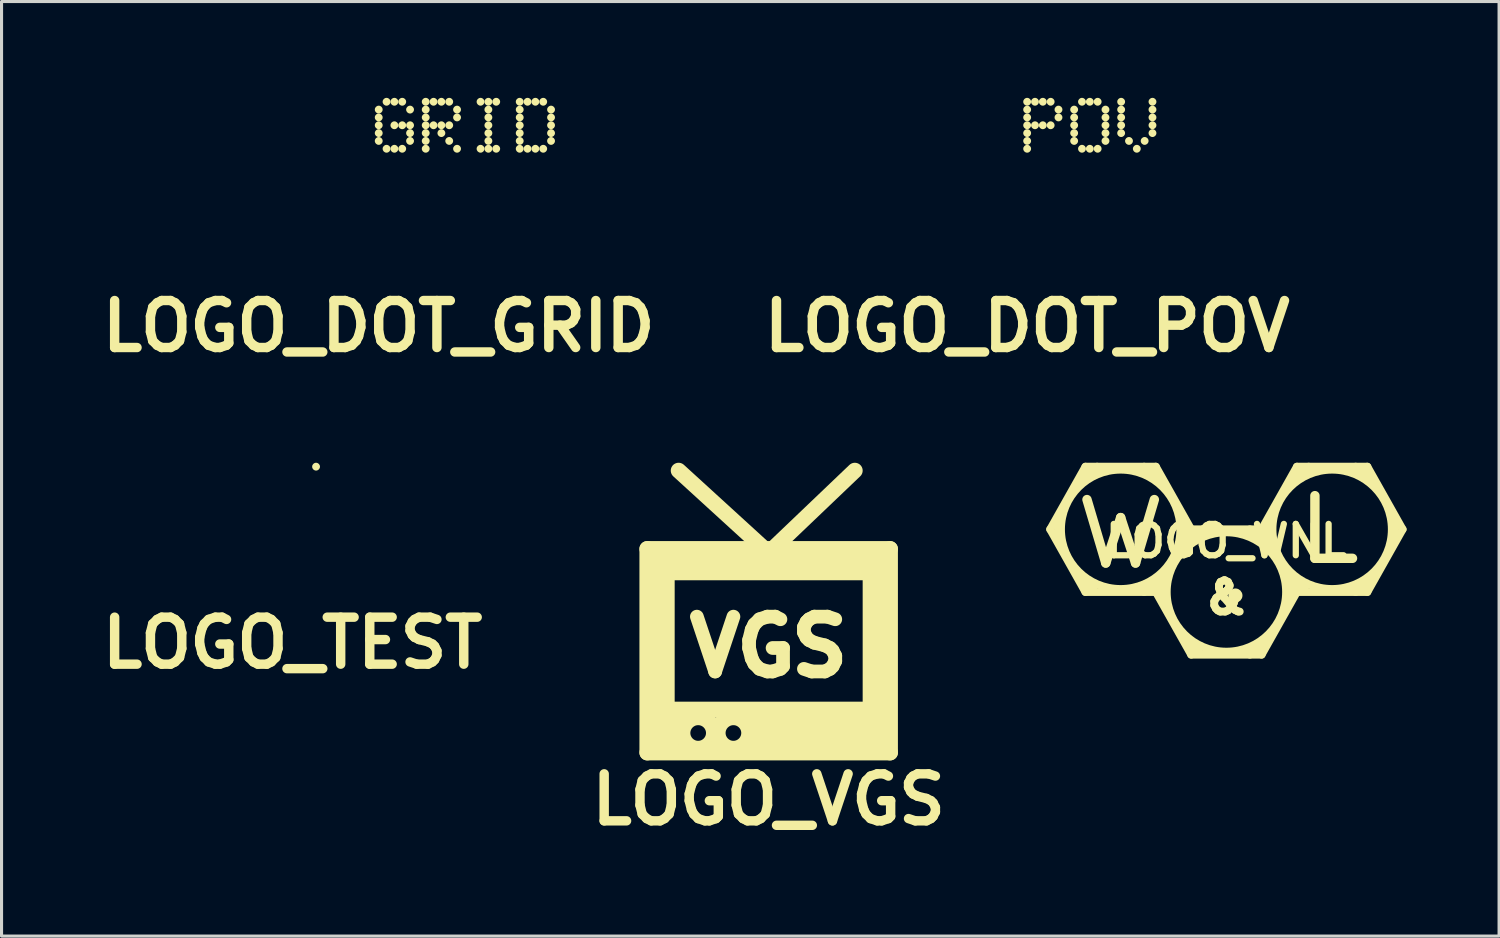
<source format=kicad_pcb>
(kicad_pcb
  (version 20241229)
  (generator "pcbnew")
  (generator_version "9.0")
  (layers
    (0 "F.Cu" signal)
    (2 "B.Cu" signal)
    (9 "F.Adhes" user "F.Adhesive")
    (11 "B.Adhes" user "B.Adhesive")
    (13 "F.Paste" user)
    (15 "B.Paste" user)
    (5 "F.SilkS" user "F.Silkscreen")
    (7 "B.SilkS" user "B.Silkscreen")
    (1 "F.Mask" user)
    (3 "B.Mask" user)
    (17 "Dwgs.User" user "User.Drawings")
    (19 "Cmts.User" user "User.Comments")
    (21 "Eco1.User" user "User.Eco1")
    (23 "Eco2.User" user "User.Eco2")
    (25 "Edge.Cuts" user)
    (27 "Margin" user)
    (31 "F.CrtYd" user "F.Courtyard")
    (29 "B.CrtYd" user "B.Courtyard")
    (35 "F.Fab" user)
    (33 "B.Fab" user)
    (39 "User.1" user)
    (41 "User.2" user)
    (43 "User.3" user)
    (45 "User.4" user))
  (footprint "LOGO_DOT_GRID"
    (layer "F.Cu")
    (at 9.231 0.25)
    (property "Reference" "LOGO_DOT_GRID" (at 0 7.28 0) (layer "F.SilkS") (effects (font (size 1.524 1.524) (thickness 0.305))))
    (attr through_hole)
    (fp_line (start 0 0.254) (end 0 0.254) (stroke (width 0.254) (type solid)) (layer "F.SilkS"))
    (fp_line (start 0 0.508) (end 0 0.508) (stroke (width 0.254) (type solid)) (layer "F.SilkS"))
    (fp_line (start 0 0.762) (end 0 0.762) (stroke (width 0.254) (type solid)) (layer "F.SilkS"))
    (fp_line (start 0 1.016) (end 0 1.016) (stroke (width 0.254) (type solid)) (layer "F.SilkS"))
    (fp_line (start 0 1.27) (end 0 1.27) (stroke (width 0.254) (type solid)) (layer "F.SilkS"))
    (fp_line (start 0.254 0) (end 0.254 0) (stroke (width 0.254) (type solid)) (layer "F.SilkS"))
    (fp_line (start 0.254 1.524) (end 0.254 1.524) (stroke (width 0.254) (type solid)) (layer "F.SilkS"))
    (fp_line (start 0.508 0) (end 0.508 0) (stroke (width 0.254) (type solid)) (layer "F.SilkS"))
    (fp_line (start 0.508 0.762) (end 0.508 0.762) (stroke (width 0.254) (type solid)) (layer "F.SilkS"))
    (fp_line (start 0.508 1.524) (end 0.508 1.524) (stroke (width 0.254) (type solid)) (layer "F.SilkS"))
    (fp_line (start 0.762 0) (end 0.762 0) (stroke (width 0.254) (type solid)) (layer "F.SilkS"))
    (fp_line (start 0.762 0.762) (end 0.762 0.762) (stroke (width 0.254) (type solid)) (layer "F.SilkS"))
    (fp_line (start 0.762 1.524) (end 0.762 1.524) (stroke (width 0.254) (type solid)) (layer "F.SilkS"))
    (fp_line (start 1.016 0.254) (end 1.016 0.254) (stroke (width 0.254) (type solid)) (layer "F.SilkS"))
    (fp_line (start 1.016 0.762) (end 1.016 0.762) (stroke (width 0.254) (type solid)) (layer "F.SilkS"))
    (fp_line (start 1.016 1.016) (end 1.016 1.016) (stroke (width 0.254) (type solid)) (layer "F.SilkS"))
    (fp_line (start 1.016 1.27) (end 1.016 1.27) (stroke (width 0.254) (type solid)) (layer "F.SilkS"))
    (fp_line (start 1.524 0) (end 1.524 0) (stroke (width 0.254) (type solid)) (layer "F.SilkS"))
    (fp_line (start 1.524 0.254) (end 1.524 0.254) (stroke (width 0.254) (type solid)) (layer "F.SilkS"))
    (fp_line (start 1.524 0.508) (end 1.524 0.508) (stroke (width 0.254) (type solid)) (layer "F.SilkS"))
    (fp_line (start 1.524 0.762) (end 1.524 0.762) (stroke (width 0.254) (type solid)) (layer "F.SilkS"))
    (fp_line (start 1.524 1.016) (end 1.524 1.016) (stroke (width 0.254) (type solid)) (layer "F.SilkS"))
    (fp_line (start 1.524 1.27) (end 1.524 1.27) (stroke (width 0.254) (type solid)) (layer "F.SilkS"))
    (fp_line (start 1.524 1.524) (end 1.524 1.524) (stroke (width 0.254) (type solid)) (layer "F.SilkS"))
    (fp_line (start 1.778 0) (end 1.778 0) (stroke (width 0.254) (type solid)) (layer "F.SilkS"))
    (fp_line (start 1.778 0.762) (end 1.778 0.762) (stroke (width 0.254) (type solid)) (layer "F.SilkS"))
    (fp_line (start 2.032 0) (end 2.032 0) (stroke (width 0.254) (type solid)) (layer "F.SilkS"))
    (fp_line (start 2.032 0.762) (end 2.032 0.762) (stroke (width 0.254) (type solid)) (layer "F.SilkS"))
    (fp_line (start 2.032 1.016) (end 2.032 1.016) (stroke (width 0.254) (type solid)) (layer "F.SilkS"))
    (fp_line (start 2.286 0) (end 2.286 0) (stroke (width 0.254) (type solid)) (layer "F.SilkS"))
    (fp_line (start 2.286 0.762) (end 2.286 0.762) (stroke (width 0.254) (type solid)) (layer "F.SilkS"))
    (fp_line (start 2.286 1.27) (end 2.286 1.27) (stroke (width 0.254) (type solid)) (layer "F.SilkS"))
    (fp_line (start 2.54 0.254) (end 2.54 0.254) (stroke (width 0.254) (type solid)) (layer "F.SilkS"))
    (fp_line (start 2.54 0.508) (end 2.54 0.508) (stroke (width 0.254) (type solid)) (layer "F.SilkS"))
    (fp_line (start 2.54 1.524) (end 2.54 1.524) (stroke (width 0.254) (type solid)) (layer "F.SilkS"))
    (fp_line (start 3.302 0) (end 3.302 0) (stroke (width 0.254) (type solid)) (layer "F.SilkS"))
    (fp_line (start 3.302 1.524) (end 3.302 1.524) (stroke (width 0.254) (type solid)) (layer "F.SilkS"))
    (fp_line (start 3.556 0) (end 3.556 0) (stroke (width 0.254) (type solid)) (layer "F.SilkS"))
    (fp_line (start 3.556 0.254) (end 3.556 0.254) (stroke (width 0.254) (type solid)) (layer "F.SilkS"))
    (fp_line (start 3.556 0.508) (end 3.556 0.508) (stroke (width 0.254) (type solid)) (layer "F.SilkS"))
    (fp_line (start 3.556 0.762) (end 3.556 0.762) (stroke (width 0.254) (type solid)) (layer "F.SilkS"))
    (fp_line (start 3.556 1.016) (end 3.556 1.016) (stroke (width 0.254) (type solid)) (layer "F.SilkS"))
    (fp_line (start 3.556 1.27) (end 3.556 1.27) (stroke (width 0.254) (type solid)) (layer "F.SilkS"))
    (fp_line (start 3.556 1.524) (end 3.556 1.524) (stroke (width 0.254) (type solid)) (layer "F.SilkS"))
    (fp_line (start 3.81 0) (end 3.81 0) (stroke (width 0.254) (type solid)) (layer "F.SilkS"))
    (fp_line (start 3.81 1.524) (end 3.81 1.524) (stroke (width 0.254) (type solid)) (layer "F.SilkS"))
    (fp_line (start 4.572 0) (end 4.572 0) (stroke (width 0.254) (type solid)) (layer "F.SilkS"))
    (fp_line (start 4.572 0.254) (end 4.572 0.254) (stroke (width 0.254) (type solid)) (layer "F.SilkS"))
    (fp_line (start 4.572 0.508) (end 4.572 0.508) (stroke (width 0.254) (type solid)) (layer "F.SilkS"))
    (fp_line (start 4.572 0.762) (end 4.572 0.762) (stroke (width 0.254) (type solid)) (layer "F.SilkS"))
    (fp_line (start 4.572 1.016) (end 4.572 1.016) (stroke (width 0.254) (type solid)) (layer "F.SilkS"))
    (fp_line (start 4.572 1.27) (end 4.572 1.27) (stroke (width 0.254) (type solid)) (layer "F.SilkS"))
    (fp_line (start 4.572 1.524) (end 4.572 1.524) (stroke (width 0.254) (type solid)) (layer "F.SilkS"))
    (fp_line (start 4.826 0) (end 4.826 0) (stroke (width 0.254) (type solid)) (layer "F.SilkS"))
    (fp_line (start 4.826 1.524) (end 4.826 1.524) (stroke (width 0.254) (type solid)) (layer "F.SilkS"))
    (fp_line (start 5.08 0) (end 5.08 0) (stroke (width 0.254) (type solid)) (layer "F.SilkS"))
    (fp_line (start 5.08 1.524) (end 5.08 1.524) (stroke (width 0.254) (type solid)) (layer "F.SilkS"))
    (fp_line (start 5.334 0) (end 5.334 0) (stroke (width 0.254) (type solid)) (layer "F.SilkS"))
    (fp_line (start 5.334 1.524) (end 5.334 1.524) (stroke (width 0.254) (type solid)) (layer "F.SilkS"))
    (fp_line (start 5.588 0.254) (end 5.588 0.254) (stroke (width 0.254) (type solid)) (layer "F.SilkS"))
    (fp_line (start 5.588 0.508) (end 5.588 0.508) (stroke (width 0.254) (type solid)) (layer "F.SilkS"))
    (fp_line (start 5.588 0.762) (end 5.588 0.762) (stroke (width 0.254) (type solid)) (layer "F.SilkS"))
    (fp_line (start 5.588 1.016) (end 5.588 1.016) (stroke (width 0.254) (type solid)) (layer "F.SilkS"))
    (fp_line (start 5.588 1.27) (end 5.588 1.27) (stroke (width 0.254) (type solid)) (layer "F.SilkS")))
  (footprint "LOGO_VGS"
    (layer "F.Cu")
    (at 21.876 16.782)
    (property "Reference" "LOGO_VGS" (at 0 6.096 0) (layer "F.SilkS") (effects (font (size 1.524 1.524) (thickness 0.305))))
    (attr through_hole)
    (fp_line (start -3.937 -2.032) (end 3.937 -2.032) (stroke (width 0.508) (type solid)) (layer "F.SilkS"))
    (fp_line (start -3.937 4.572) (end -3.937 -2.032) (stroke (width 0.508) (type solid)) (layer "F.SilkS"))
    (fp_line (start -3.556 -1.778) (end -3.556 4.318) (stroke (width 0.508) (type solid)) (layer "F.SilkS"))
    (fp_line (start -3.302 -1.27) (end 3.302 -1.27) (stroke (width 0.508) (type solid)) (layer "F.SilkS"))
    (fp_line (start -3.302 3.175) (end -3.302 -1.143) (stroke (width 0.508) (type solid)) (layer "F.SilkS"))
    (fp_line (start -3.175 3.302) (end -3.175 4.445) (stroke (width 0.508) (type solid)) (layer "F.SilkS"))
    (fp_line (start -3.175 3.429) (end -2.54 3.429) (stroke (width 0.508) (type solid)) (layer "F.SilkS"))
    (fp_line (start -0.508 3.429) (end 3.683 3.429) (stroke (width 0.508) (type solid)) (layer "F.SilkS"))
    (fp_line (start -0.508 3.81) (end 3.81 3.81) (stroke (width 0.508) (type solid)) (layer "F.SilkS"))
    (fp_line (start -0.508 3.937) (end 3.81 3.937) (stroke (width 0.508) (type solid)) (layer "F.SilkS"))
    (fp_line (start -0.508 4.318) (end 3.81 4.318) (stroke (width 0.508) (type solid)) (layer "F.SilkS"))
    (fp_line (start 0 -1.905) (end -2.921 -4.572) (stroke (width 0.508) (type solid)) (layer "F.SilkS"))
    (fp_line (start 2.794 -4.572) (end 0 -1.905) (stroke (width 0.508) (type solid)) (layer "F.SilkS"))
    (fp_line (start 3.302 -1.27) (end 3.302 3.175) (stroke (width 0.508) (type solid)) (layer "F.SilkS"))
    (fp_line (start 3.302 3.175) (end -3.302 3.175) (stroke (width 0.508) (type solid)) (layer "F.SilkS"))
    (fp_line (start 3.556 3.302) (end 3.556 -1.905) (stroke (width 0.508) (type solid)) (layer "F.SilkS"))
    (fp_line (start 3.683 -1.651) (end -3.683 -1.651) (stroke (width 0.508) (type solid)) (layer "F.SilkS"))
    (fp_line (start 3.937 -2.032) (end 3.937 4.572) (stroke (width 0.508) (type solid)) (layer "F.SilkS"))
    (fp_line (start 3.937 4.572) (end -3.937 4.572) (stroke (width 0.508) (type solid)) (layer "F.SilkS"))
    (fp_circle (center -2.286 3.937) (end -2.286 4.445) (stroke (width 0.508) (type solid)) (fill no) (layer "F.SilkS"))
    (fp_circle (center -1.143 3.937) (end -1.143 4.445) (stroke (width 0.508) (type solid)) (fill no) (layer "F.SilkS"))
    (fp_text user "VGS" (at 0 1.143 0) (layer "F.SilkS") (effects (font (size 1.778 1.778) (thickness 0.445)))))
  (footprint "LOGO_TEST"
    (layer "F.Cu")
    (at 6.437 12.845)
    (property "Reference" "LOGO_TEST" (at 0 4.953 0) (layer "F.SilkS") (effects (font (size 1.524 1.524) (thickness 0.305))))
    (attr through_hole)
    (fp_line (start 0.762 -0.762) (end 0.762 -0.762) (stroke (width 0.254) (type solid)) (layer "F.SilkS")))
  (footprint "LOGO_DOT_POV"
    (layer "F.Cu")
    (at 30.258 0.25)
    (property "Reference" "LOGO_DOT_POV" (at 0 7.28 0) (layer "F.SilkS") (effects (font (size 1.524 1.524) (thickness 0.305))))
    (attr through_hole)
    (fp_line (start 0 0) (end 0 0) (stroke (width 0.254) (type solid)) (layer "F.SilkS"))
    (fp_line (start 0 0.254) (end 0 0.254) (stroke (width 0.254) (type solid)) (layer "F.SilkS"))
    (fp_line (start 0 0.508) (end 0 0.508) (stroke (width 0.254) (type solid)) (layer "F.SilkS"))
    (fp_line (start 0 0.762) (end 0 0.762) (stroke (width 0.254) (type solid)) (layer "F.SilkS"))
    (fp_line (start 0 1.016) (end 0 1.016) (stroke (width 0.254) (type solid)) (layer "F.SilkS"))
    (fp_line (start 0 1.27) (end 0 1.27) (stroke (width 0.254) (type solid)) (layer "F.SilkS"))
    (fp_line (start 0 1.524) (end 0 1.524) (stroke (width 0.254) (type solid)) (layer "F.SilkS"))
    (fp_line (start 0.254 0) (end 0.254 0) (stroke (width 0.254) (type solid)) (layer "F.SilkS"))
    (fp_line (start 0.254 0.762) (end 0.254 0.762) (stroke (width 0.254) (type solid)) (layer "F.SilkS"))
    (fp_line (start 0.508 0) (end 0.508 0) (stroke (width 0.254) (type solid)) (layer "F.SilkS"))
    (fp_line (start 0.508 0.762) (end 0.508 0.762) (stroke (width 0.254) (type solid)) (layer "F.SilkS"))
    (fp_line (start 0.762 0) (end 0.762 0) (stroke (width 0.254) (type solid)) (layer "F.SilkS"))
    (fp_line (start 0.762 0.762) (end 0.762 0.762) (stroke (width 0.254) (type solid)) (layer "F.SilkS"))
    (fp_line (start 1.016 0.254) (end 1.016 0.254) (stroke (width 0.254) (type solid)) (layer "F.SilkS"))
    (fp_line (start 1.016 0.508) (end 1.016 0.508) (stroke (width 0.254) (type solid)) (layer "F.SilkS"))
    (fp_line (start 1.524 0.254) (end 1.524 0.254) (stroke (width 0.254) (type solid)) (layer "F.SilkS"))
    (fp_line (start 1.524 0.508) (end 1.524 0.508) (stroke (width 0.254) (type solid)) (layer "F.SilkS"))
    (fp_line (start 1.524 0.762) (end 1.524 0.762) (stroke (width 0.254) (type solid)) (layer "F.SilkS"))
    (fp_line (start 1.524 1.016) (end 1.524 1.016) (stroke (width 0.254) (type solid)) (layer "F.SilkS"))
    (fp_line (start 1.524 1.27) (end 1.524 1.27) (stroke (width 0.254) (type solid)) (layer "F.SilkS"))
    (fp_line (start 1.778 0) (end 1.778 0) (stroke (width 0.254) (type solid)) (layer "F.SilkS"))
    (fp_line (start 1.778 1.524) (end 1.778 1.524) (stroke (width 0.254) (type solid)) (layer "F.SilkS"))
    (fp_line (start 2.032 0) (end 2.032 0) (stroke (width 0.254) (type solid)) (layer "F.SilkS"))
    (fp_line (start 2.032 1.524) (end 2.032 1.524) (stroke (width 0.254) (type solid)) (layer "F.SilkS"))
    (fp_line (start 2.286 0) (end 2.286 0) (stroke (width 0.254) (type solid)) (layer "F.SilkS"))
    (fp_line (start 2.286 1.524) (end 2.286 1.524) (stroke (width 0.254) (type solid)) (layer "F.SilkS"))
    (fp_line (start 2.54 0.254) (end 2.54 0.254) (stroke (width 0.254) (type solid)) (layer "F.SilkS"))
    (fp_line (start 2.54 0.508) (end 2.54 0.508) (stroke (width 0.254) (type solid)) (layer "F.SilkS"))
    (fp_line (start 2.54 0.762) (end 2.54 0.762) (stroke (width 0.254) (type solid)) (layer "F.SilkS"))
    (fp_line (start 2.54 1.016) (end 2.54 1.016) (stroke (width 0.254) (type solid)) (layer "F.SilkS"))
    (fp_line (start 2.54 1.27) (end 2.54 1.27) (stroke (width 0.254) (type solid)) (layer "F.SilkS"))
    (fp_line (start 3.048 0) (end 3.048 0) (stroke (width 0.254) (type solid)) (layer "F.SilkS"))
    (fp_line (start 3.048 0.254) (end 3.048 0.254) (stroke (width 0.254) (type solid)) (layer "F.SilkS"))
    (fp_line (start 3.048 0.508) (end 3.048 0.508) (stroke (width 0.254) (type solid)) (layer "F.SilkS"))
    (fp_line (start 3.048 0.762) (end 3.048 0.762) (stroke (width 0.254) (type solid)) (layer "F.SilkS"))
    (fp_line (start 3.048 1.016) (end 3.048 1.016) (stroke (width 0.254) (type solid)) (layer "F.SilkS"))
    (fp_line (start 3.302 1.27) (end 3.302 1.27) (stroke (width 0.254) (type solid)) (layer "F.SilkS"))
    (fp_line (start 3.556 1.524) (end 3.556 1.524) (stroke (width 0.254) (type solid)) (layer "F.SilkS"))
    (fp_line (start 3.81 1.27) (end 3.81 1.27) (stroke (width 0.254) (type solid)) (layer "F.SilkS"))
    (fp_line (start 4.064 0) (end 4.064 0) (stroke (width 0.254) (type solid)) (layer "F.SilkS"))
    (fp_line (start 4.064 0.254) (end 4.064 0.254) (stroke (width 0.254) (type solid)) (layer "F.SilkS"))
    (fp_line (start 4.064 0.508) (end 4.064 0.508) (stroke (width 0.254) (type solid)) (layer "F.SilkS"))
    (fp_line (start 4.064 0.762) (end 4.064 0.762) (stroke (width 0.254) (type solid)) (layer "F.SilkS"))
    (fp_line (start 4.064 1.016) (end 4.064 1.016) (stroke (width 0.254) (type solid)) (layer "F.SilkS")))
  (footprint "LOGO_WNL"
    (layer "F.Cu")
    (at 36.719 14.496)
    (property "Reference" "LOGO_WNL" (at 0 0 0) (layer "F.SilkS") (effects (font (size 1.016 1.016) (thickness 0.203))))
    (attr through_hole)
    (fp_line (start -5.715 -0.381) (end -4.572 -2.413) (stroke (width 0.254) (type solid)) (layer "F.SilkS"))
    (fp_line (start -5.461 -0.127) (end -5.461 -0.508) (stroke (width 0.254) (type solid)) (layer "F.SilkS"))
    (fp_line (start -4.699 1.27) (end -4.318 1.524) (stroke (width 0.254) (type solid)) (layer "F.SilkS"))
    (fp_line (start -4.572 1.651) (end -5.715 -0.381) (stroke (width 0.254) (type solid)) (layer "F.SilkS"))
    (fp_line (start -4.572 1.651) (end -2.286 1.651) (stroke (width 0.254) (type solid)) (layer "F.SilkS"))
    (fp_line (start -4.191 -2.413) (end -4.699 -2.032) (stroke (width 0.254) (type solid)) (layer "F.SilkS"))
    (fp_line (start -3.912 0.711) (end -4.521 -1.346) (stroke (width 0.305) (type solid)) (layer "F.SilkS"))
    (fp_line (start -3.429 -0.762) (end -3.912 0.711) (stroke (width 0.305) (type solid)) (layer "F.SilkS"))
    (fp_line (start -2.946 0.711) (end -3.429 -0.762) (stroke (width 0.305) (type solid)) (layer "F.SilkS"))
    (fp_line (start -2.946 0.711) (end -2.337 -1.346) (stroke (width 0.305) (type solid)) (layer "F.SilkS"))
    (fp_line (start -2.667 -2.413) (end -2.159 -2.032) (stroke (width 0.254) (type solid)) (layer "F.SilkS"))
    (fp_line (start -2.667 1.651) (end -2.159 1.27) (stroke (width 0.254) (type solid)) (layer "F.SilkS"))
    (fp_line (start -2.286 -2.413) (end -4.572 -2.413) (stroke (width 0.254) (type solid)) (layer "F.SilkS"))
    (fp_line (start -2.286 -2.413) (end -1.143 -0.381) (stroke (width 0.254) (type solid)) (layer "F.SilkS"))
    (fp_line (start -2.286 1.651) (end -1.143 -0.381) (stroke (width 0.254) (type solid)) (layer "F.SilkS"))
    (fp_line (start -2.032 1.905) (end -2.032 1.524) (stroke (width 0.254) (type solid)) (layer "F.SilkS"))
    (fp_line (start -1.397 -0.254) (end -1.397 -0.508) (stroke (width 0.254) (type solid)) (layer "F.SilkS"))
    (fp_line (start -1.27 3.302) (end -0.889 3.556) (stroke (width 0.254) (type solid)) (layer "F.SilkS"))
    (fp_line (start -1.143 -0.381) (end -2.286 1.651) (stroke (width 0.254) (type solid)) (layer "F.SilkS"))
    (fp_line (start -1.143 3.683) (end -2.286 1.651) (stroke (width 0.254) (type solid)) (layer "F.SilkS"))
    (fp_line (start -1.143 3.683) (end 1.143 3.683) (stroke (width 0.254) (type solid)) (layer "F.SilkS"))
    (fp_line (start -0.762 -0.381) (end -1.27 0) (stroke (width 0.254) (type solid)) (layer "F.SilkS"))
    (fp_line (start -0.394 1.956) (end -0.33 1.841) (stroke (width 0.254) (type solid)) (layer "F.SilkS"))
    (fp_line (start -0.394 2.083) (end -0.394 1.956) (stroke (width 0.254) (type solid)) (layer "F.SilkS"))
    (fp_line (start -0.343 2.184) (end -0.394 2.083) (stroke (width 0.254) (type solid)) (layer "F.SilkS"))
    (fp_line (start -0.33 1.841) (end -0.102 1.664) (stroke (width 0.254) (type solid)) (layer "F.SilkS"))
    (fp_line (start -0.279 2.248) (end -0.343 2.184) (stroke (width 0.254) (type solid)) (layer "F.SilkS"))
    (fp_line (start -0.241 1.422) (end -0.241 1.524) (stroke (width 0.254) (type solid)) (layer "F.SilkS"))
    (fp_line (start -0.241 1.524) (end -0.191 1.664) (stroke (width 0.254) (type solid)) (layer "F.SilkS"))
    (fp_line (start -0.203 2.286) (end -0.279 2.248) (stroke (width 0.254) (type solid)) (layer "F.SilkS"))
    (fp_line (start -0.191 1.321) (end -0.241 1.422) (stroke (width 0.254) (type solid)) (layer "F.SilkS"))
    (fp_line (start -0.191 1.664) (end -0.076 1.829) (stroke (width 0.254) (type solid)) (layer "F.SilkS"))
    (fp_line (start -0.102 1.664) (end -0.038 1.638) (stroke (width 0.254) (type solid)) (layer "F.SilkS"))
    (fp_line (start -0.076 1.27) (end -0.191 1.321) (stroke (width 0.254) (type solid)) (layer "F.SilkS"))
    (fp_line (start -0.076 1.829) (end 0.229 2.184) (stroke (width 0.254) (type solid)) (layer "F.SilkS"))
    (fp_line (start -0.051 1.27) (end -0.076 1.27) (stroke (width 0.254) (type solid)) (layer "F.SilkS"))
    (fp_line (start -0.038 1.638) (end 0 1.613) (stroke (width 0.254) (type solid)) (layer "F.SilkS"))
    (fp_line (start -0.038 2.286) (end -0.203 2.286) (stroke (width 0.254) (type solid)) (layer "F.SilkS"))
    (fp_line (start 0 1.613) (end 0.051 1.562) (stroke (width 0.254) (type solid)) (layer "F.SilkS"))
    (fp_line (start 0.051 1.321) (end -0.051 1.27) (stroke (width 0.254) (type solid)) (layer "F.SilkS"))
    (fp_line (start 0.051 1.562) (end 0.102 1.46) (stroke (width 0.254) (type solid)) (layer "F.SilkS"))
    (fp_line (start 0.051 2.248) (end -0.038 2.286) (stroke (width 0.254) (type solid)) (layer "F.SilkS"))
    (fp_line (start 0.102 1.422) (end 0.051 1.321) (stroke (width 0.254) (type solid)) (layer "F.SilkS"))
    (fp_line (start 0.102 1.46) (end 0.102 1.422) (stroke (width 0.254) (type solid)) (layer "F.SilkS"))
    (fp_line (start 0.229 2.184) (end 0.279 2.235) (stroke (width 0.254) (type solid)) (layer "F.SilkS"))
    (fp_line (start 0.241 2.007) (end 0.051 2.248) (stroke (width 0.254) (type solid)) (layer "F.SilkS"))
    (fp_line (start 0.279 2.235) (end 0.356 2.273) (stroke (width 0.254) (type solid)) (layer "F.SilkS"))
    (fp_line (start 0.292 1.765) (end 0.292 1.854) (stroke (width 0.254) (type solid)) (layer "F.SilkS"))
    (fp_line (start 0.292 1.854) (end 0.241 2.007) (stroke (width 0.254) (type solid)) (layer "F.SilkS"))
    (fp_line (start 0.356 2.273) (end 0.381 2.286) (stroke (width 0.254) (type solid)) (layer "F.SilkS"))
    (fp_line (start 0.432 2.286) (end 0.406 2.286) (stroke (width 0.254) (type solid)) (layer "F.SilkS"))
    (fp_line (start 0.762 -0.381) (end 1.27 0) (stroke (width 0.254) (type solid)) (layer "F.SilkS"))
    (fp_line (start 0.762 3.683) (end 1.27 3.302) (stroke (width 0.254) (type solid)) (layer "F.SilkS"))
    (fp_line (start 1.143 -0.381) (end -1.143 -0.381) (stroke (width 0.254) (type solid)) (layer "F.SilkS"))
    (fp_line (start 1.143 -0.381) (end 2.286 -2.413) (stroke (width 0.254) (type solid)) (layer "F.SilkS"))
    (fp_line (start 1.143 -0.381) (end 2.286 1.651) (stroke (width 0.254) (type solid)) (layer "F.SilkS"))
    (fp_line (start 1.397 -0.127) (end 1.397 -0.508) (stroke (width 0.254) (type solid)) (layer "F.SilkS"))
    (fp_line (start 2.032 1.778) (end 2.032 1.524) (stroke (width 0.254) (type solid)) (layer "F.SilkS"))
    (fp_line (start 2.159 1.27) (end 2.54 1.524) (stroke (width 0.254) (type solid)) (layer "F.SilkS"))
    (fp_line (start 2.286 1.651) (end 1.143 -0.381) (stroke (width 0.254) (type solid)) (layer "F.SilkS"))
    (fp_line (start 2.286 1.651) (end 1.143 3.683) (stroke (width 0.254) (type solid)) (layer "F.SilkS"))
    (fp_line (start 2.286 1.651) (end 4.572 1.651) (stroke (width 0.254) (type solid)) (layer "F.SilkS"))
    (fp_line (start 2.667 -2.413) (end 2.159 -2.032) (stroke (width 0.254) (type solid)) (layer "F.SilkS"))
    (fp_line (start 2.87 -1.473) (end 2.87 0.559) (stroke (width 0.305) (type solid)) (layer "F.SilkS"))
    (fp_line (start 2.87 0.559) (end 4.089 0.559) (stroke (width 0.305) (type solid)) (layer "F.SilkS"))
    (fp_line (start 4.191 -2.413) (end 4.699 -2.032) (stroke (width 0.254) (type solid)) (layer "F.SilkS"))
    (fp_line (start 4.191 1.651) (end 4.699 1.27) (stroke (width 0.254) (type solid)) (layer "F.SilkS"))
    (fp_line (start 4.572 -2.413) (end 2.286 -2.413) (stroke (width 0.254) (type solid)) (layer "F.SilkS"))
    (fp_line (start 4.572 -2.413) (end 5.715 -0.381) (stroke (width 0.254) (type solid)) (layer "F.SilkS"))
    (fp_line (start 4.572 1.651) (end 5.715 -0.381) (stroke (width 0.254) (type solid)) (layer "F.SilkS"))
    (fp_line (start 5.461 -0.254) (end 5.461 -0.508) (stroke (width 0.254) (type solid)) (layer "F.SilkS"))
    (fp_circle (center -3.429 -0.381) (end -1.651 0.381) (stroke (width 0.254) (type solid)) (fill no) (layer "F.SilkS"))
    (fp_circle (center 0 1.651) (end 1.778 2.413) (stroke (width 0.254) (type solid)) (fill no) (layer "F.SilkS"))
    (fp_circle (center 0.292 1.765) (end 0.318 1.765) (stroke (width 0.203) (type solid)) (fill no) (layer "F.SilkS"))
    (fp_circle (center 3.429 -0.381) (end 5.207 0.381) (stroke (width 0.254) (type solid)) (fill no) (layer "F.SilkS")))
  (gr_rect
    (start -3 -3)
    (end 45.561 27.305)
    (stroke (width 0.1) (type default))
    (fill no)
    (layer "Edge.Cuts")))
</source>
